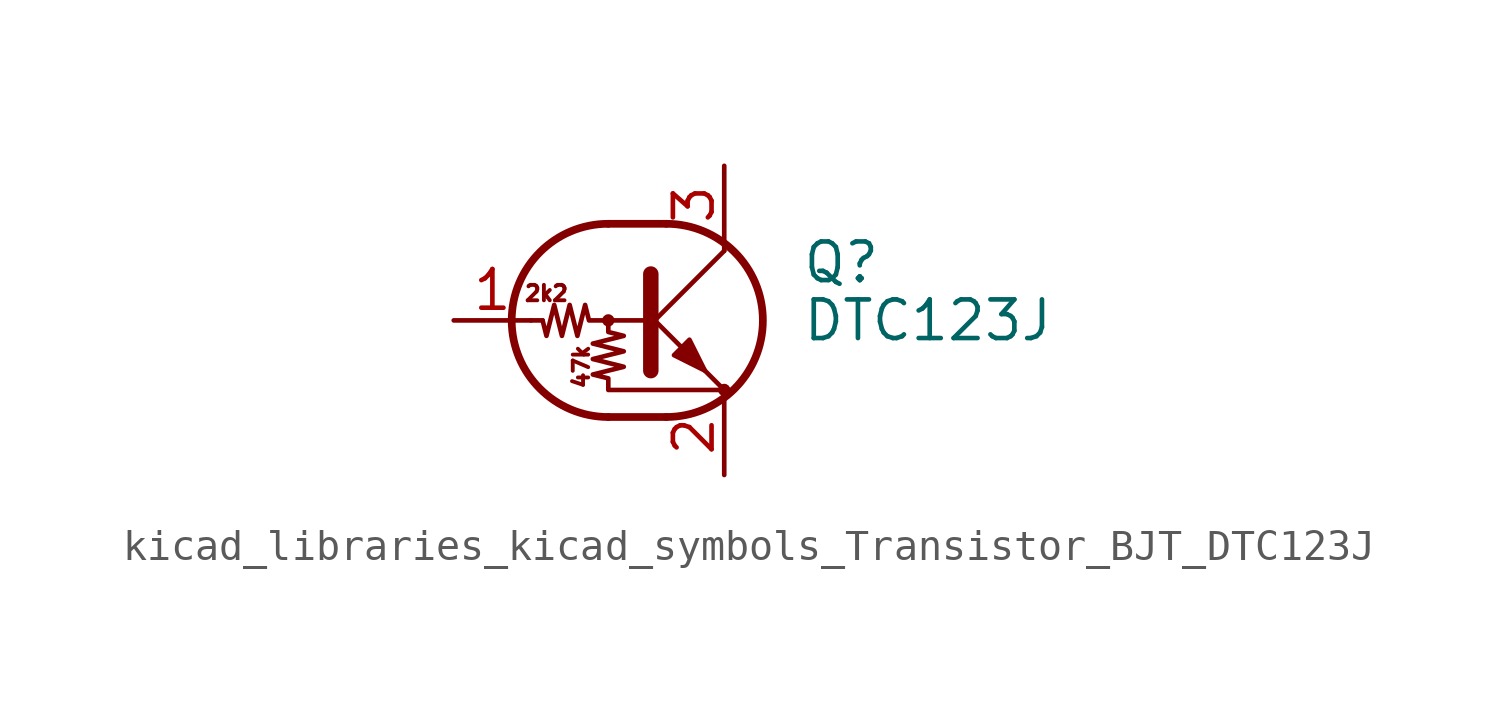
<source format=kicad_sym>
(kicad_symbol_lib
  (version 20220914)
  (generator kicad_symbol_editor)
  (symbol "kicad_libraries_kicad_symbols_Transistor_BJT_DTC123J"
    (pin_names
      (offset 0) hide)
    (property "Reference" "Q"
      (at 5.08 1.905 0)
      (effects (font (size 1.27 1.27)) (justify left)))
    (property "Value" "DTC123J"
      (at 5.08 0 0)
      (effects (font (size 1.27 1.27)) (justify left)))
    (symbol "kicad_libraries_kicad_symbols_Transistor_BJT_DTC123J_0_0"
      (text "2k2" (at -3.302 0.889 0) (effects (font (size 0.508 0.508))))
      (text "47k" (at -2.159 -1.524 900) (effects (font (size 0.508 0.508)))))
    (symbol "kicad_libraries_kicad_symbols_Transistor_BJT_DTC123J_0_1"
      (circle (center -1.27 0) (radius 0.127) (stroke (width 0) (type default)) (fill (type none)))
      (arc (start -1.27 3.175) (mid -4.4312 0) (end -1.27 -3.175) (stroke (width 0.254) (type default)) (fill (type none)))
      (polyline (pts (xy -3.429 0) (xy -3.81 0)) (stroke (width 0) (type default)) (fill (type none)))
      (polyline (pts (xy -1.27 -3.175) (xy 0.635 -3.175)) (stroke (width 0.254) (type default)) (fill (type none)))
      (polyline (pts (xy -1.27 3.175) (xy 0.635 3.175)) (stroke (width 0.254) (type default)) (fill (type none)))
      (polyline (pts (xy 0 -0.254) (xy 2.54 2.286)) (stroke (width 0) (type default)) (fill (type none)))
      (polyline (pts (xy 0.127 1.524) (xy 0.127 -1.651)) (stroke (width 0.508) (type default)) (fill (type outline)))
      (polyline (pts (xy 2.54 2.286) (xy 2.54 2.54)) (stroke (width 0) (type default)) (fill (type none)))
      (polyline (pts (xy 2.54 -2.286) (xy 0 0.254) (xy 0 0.254)) (stroke (width 0) (type default)) (fill (type none)))
      (polyline (pts (xy 0.889 -1.143) (xy 1.397 -0.635) (xy 1.905 -1.651) (xy 0.889 -1.143)) (stroke (width 0) (type default)) (fill (type outline)))
      (polyline (pts (xy 0 0) (xy -1.905 0) (xy -2.032 0.508) (xy -2.286 -0.508) (xy -2.54 0.508) (xy -2.794 -0.508) (xy -3.048 0.508) (xy -3.302 -0.508) (xy -3.429 0)) (stroke (width 0) (type default)) (fill (type none)))
      (polyline (pts (xy -1.27 0) (xy -1.27 -0.381) (xy -0.762 -0.508) (xy -1.778 -0.762) (xy -0.762 -1.016) (xy -1.778 -1.27) (xy -0.762 -1.524) (xy -1.778 -1.778) (xy -1.27 -1.905) (xy -1.27 -2.286) (xy 2.54 -2.286)) (stroke (width 0) (type default)) (fill (type none)))
      (arc (start 0.635 -3.175) (mid 3.7962 0) (end 0.635 3.175) (stroke (width 0.254) (type default)) (fill (type none)))
      (circle (center 2.54 -2.286) (radius 0.127) (stroke (width 0) (type default)) (fill (type none))))
    (symbol "kicad_libraries_kicad_symbols_Transistor_BJT_DTC123J_1_1"
      (pin input line (at -6.35 0 0) (length 2.54) (name "B" (effects (font (size 1.27 1.27)))) (number "1" (effects (font (size 1.27 1.27)))))
      (pin passive line (at 2.54 -5.08 90) (length 2.54) (name "E" (effects (font (size 1.27 1.27)))) (number "2" (effects (font (size 1.27 1.27)))))
      (pin passive line (at 2.54 5.08 270) (length 2.54) (name "C" (effects (font (size 1.27 1.27)))) (number "3" (effects (font (size 1.27 1.27))))))))
</source>
